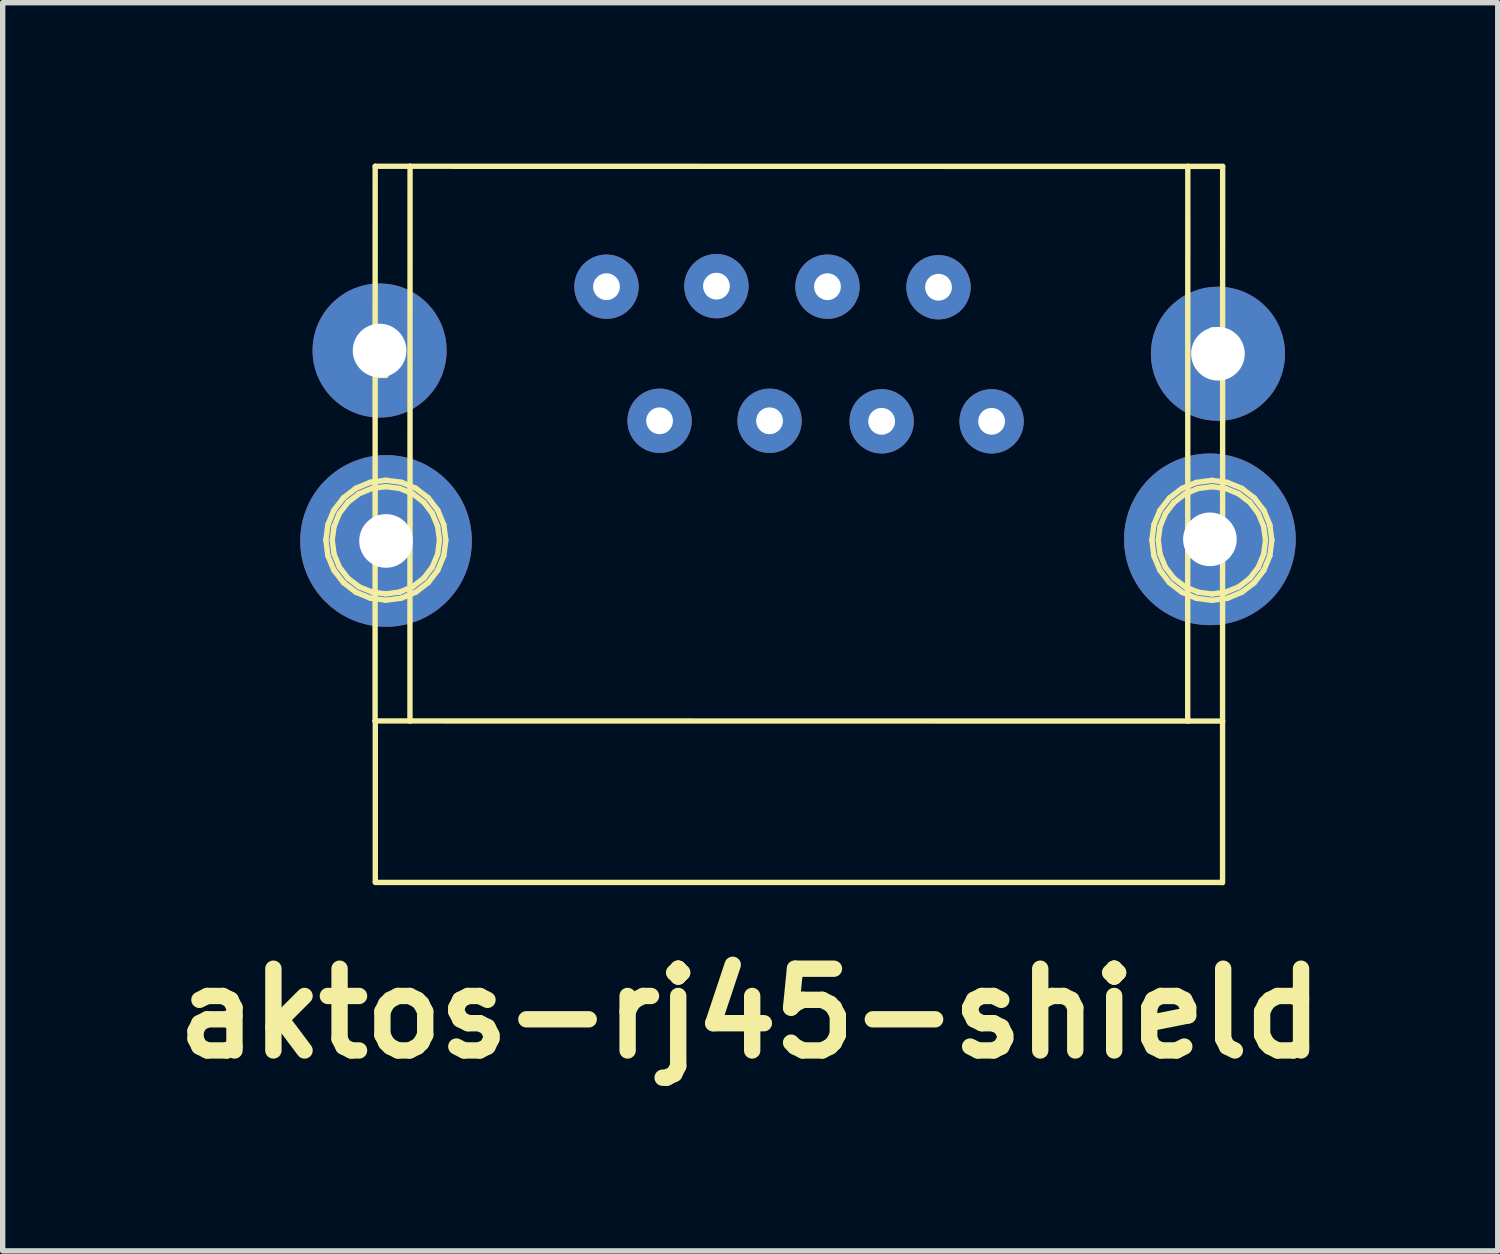
<source format=kicad_pcb>
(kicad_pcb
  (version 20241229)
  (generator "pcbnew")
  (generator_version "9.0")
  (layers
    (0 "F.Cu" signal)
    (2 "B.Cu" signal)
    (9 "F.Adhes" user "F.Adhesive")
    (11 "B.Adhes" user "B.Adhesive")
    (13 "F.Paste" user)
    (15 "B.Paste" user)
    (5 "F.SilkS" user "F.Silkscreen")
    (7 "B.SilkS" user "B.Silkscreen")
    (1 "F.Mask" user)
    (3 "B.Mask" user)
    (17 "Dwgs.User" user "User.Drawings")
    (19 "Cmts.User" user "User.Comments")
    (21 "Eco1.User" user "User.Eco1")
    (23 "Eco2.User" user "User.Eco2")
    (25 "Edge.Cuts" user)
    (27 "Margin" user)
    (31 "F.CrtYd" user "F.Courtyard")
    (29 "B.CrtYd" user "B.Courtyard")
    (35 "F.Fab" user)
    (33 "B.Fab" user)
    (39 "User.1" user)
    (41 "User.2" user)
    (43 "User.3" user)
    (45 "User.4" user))
  (footprint "aktos-rj45-shield"
    (layer "F.Cu")
    (at 10.897 7.195)
    (property "Reference" "aktos-rj45-shield" (at 0.04 8.65 0) (layer "F.SilkS") (effects (font (size 1.524 1.524) (thickness 0.305))))
    (attr through_hole)
    (fp_line (start -7.872 -0.174) (end -7.834 0.116) (stroke (width 0.1) (type solid)) (layer "F.SilkS"))
    (fp_line (start -7.834 0.116) (end -7.722 0.386) (stroke (width 0.1) (type solid)) (layer "F.SilkS"))
    (fp_line (start -7.834 -0.463) (end -7.872 -0.174) (stroke (width 0.1) (type solid)) (layer "F.SilkS"))
    (fp_line (start -7.753 -0.174) (end -7.719 -0.432) (stroke (width 0.1) (type solid)) (layer "F.SilkS"))
    (fp_line (start -7.722 0.386) (end -7.544 0.617) (stroke (width 0.1) (type solid)) (layer "F.SilkS"))
    (fp_line (start -7.722 -0.733) (end -7.834 -0.463) (stroke (width 0.1) (type solid)) (layer "F.SilkS"))
    (fp_line (start -7.719 0.085) (end -7.753 -0.174) (stroke (width 0.1) (type solid)) (layer "F.SilkS"))
    (fp_line (start -7.719 -0.432) (end -7.619 -0.674) (stroke (width 0.1) (type solid)) (layer "F.SilkS"))
    (fp_line (start -7.62 0.326) (end -7.719 0.085) (stroke (width 0.1) (type solid)) (layer "F.SilkS"))
    (fp_line (start -7.619 -0.674) (end -7.46 -0.881) (stroke (width 0.1) (type solid)) (layer "F.SilkS"))
    (fp_line (start -7.544 0.617) (end -7.313 0.795) (stroke (width 0.1) (type solid)) (layer "F.SilkS"))
    (fp_line (start -7.544 -0.964) (end -7.722 -0.733) (stroke (width 0.1) (type solid)) (layer "F.SilkS"))
    (fp_line (start -7.461 0.534) (end -7.62 0.326) (stroke (width 0.1) (type solid)) (layer "F.SilkS"))
    (fp_line (start -7.46 -0.881) (end -7.253 -1.04) (stroke (width 0.1) (type solid)) (layer "F.SilkS"))
    (fp_line (start -7.313 0.795) (end -7.043 0.907) (stroke (width 0.1) (type solid)) (layer "F.SilkS"))
    (fp_line (start -7.312 -1.142) (end -7.544 -0.964) (stroke (width 0.1) (type solid)) (layer "F.SilkS"))
    (fp_line (start -7.254 0.693) (end -7.461 0.534) (stroke (width 0.1) (type solid)) (layer "F.SilkS"))
    (fp_line (start -7.253 -1.04) (end -7.012 -1.139) (stroke (width 0.1) (type solid)) (layer "F.SilkS"))
    (fp_line (start -7.043 0.907) (end -6.954 0.918) (stroke (width 0.1) (type solid)) (layer "F.SilkS"))
    (fp_line (start -7.043 -1.254) (end -7.312 -1.142) (stroke (width 0.1) (type solid)) (layer "F.SilkS"))
    (fp_line (start -7.012 0.792) (end -7.254 0.693) (stroke (width 0.1) (type solid)) (layer "F.SilkS"))
    (fp_line (start -7.012 0.792) (end -6.954 0.801) (stroke (width 0.1) (type solid)) (layer "F.SilkS"))
    (fp_line (start -6.954 0.918) (end -6.954 3.196) (stroke (width 0.1) (type solid)) (layer "F.SilkS"))
    (fp_line (start -6.954 0.918) (end -6.754 0.945) (stroke (width 0.1) (type solid)) (layer "F.SilkS"))
    (fp_line (start -6.954 0.801) (end -6.954 0.918) (stroke (width 0.1) (type solid)) (layer "F.SilkS"))
    (fp_line (start -6.953 -1.147) (end -7.012 -1.139) (stroke (width 0.1) (type solid)) (layer "F.SilkS"))
    (fp_line (start -6.953 -1.147) (end -6.954 0.801) (stroke (width 0.1) (type solid)) (layer "F.SilkS"))
    (fp_line (start -6.953 -1.147) (end -6.753 -1.173) (stroke (width 0.1) (type solid)) (layer "F.SilkS"))
    (fp_line (start -6.953 -1.265) (end -7.043 -1.254) (stroke (width 0.1) (type solid)) (layer "F.SilkS"))
    (fp_line (start -6.953 -1.265) (end -6.953 -1.147) (stroke (width 0.1) (type solid)) (layer "F.SilkS"))
    (fp_line (start -6.953 -3.245) (end -6.953 -1.265) (stroke (width 0.1) (type solid)) (layer "F.SilkS"))
    (fp_line (start -6.953 -4.095) (end -6.953 -3.245) (stroke (width 0.1) (type solid)) (layer "F.SilkS"))
    (fp_line (start -6.953 -4.095) (end -6.753 -4.094) (stroke (width 0.1) (type solid)) (layer "F.SilkS"))
    (fp_line (start -6.952 -7.145) (end -6.953 -4.095) (stroke (width 0.1) (type solid)) (layer "F.SilkS"))
    (fp_line (start -6.95 3.2) (end -6.95 6.2) (stroke (width 0.1) (type solid)) (layer "F.SilkS"))
    (fp_line (start -6.754 0.945) (end -6.464 0.907) (stroke (width 0.1) (type solid)) (layer "F.SilkS"))
    (fp_line (start -6.754 0.827) (end -6.954 0.801) (stroke (width 0.1) (type solid)) (layer "F.SilkS"))
    (fp_line (start -6.753 -1.173) (end -6.495 -1.139) (stroke (width 0.1) (type solid)) (layer "F.SilkS"))
    (fp_line (start -6.753 -1.292) (end -6.953 -1.265) (stroke (width 0.1) (type solid)) (layer "F.SilkS"))
    (fp_line (start -6.753 -3.245) (end -6.953 -3.245) (stroke (width 0.1) (type solid)) (layer "F.SilkS"))
    (fp_line (start -6.753 -4.094) (end -6.753 -3.245) (stroke (width 0.1) (type solid)) (layer "F.SilkS"))
    (fp_line (start -6.495 0.793) (end -6.754 0.827) (stroke (width 0.1) (type solid)) (layer "F.SilkS"))
    (fp_line (start -6.495 0.793) (end -6.304 0.713) (stroke (width 0.1) (type solid)) (layer "F.SilkS"))
    (fp_line (start -6.495 -1.139) (end -6.303 -1.06) (stroke (width 0.1) (type solid)) (layer "F.SilkS"))
    (fp_line (start -6.464 0.907) (end -6.304 0.84) (stroke (width 0.1) (type solid)) (layer "F.SilkS"))
    (fp_line (start -6.464 -1.254) (end -6.753 -1.292) (stroke (width 0.1) (type solid)) (layer "F.SilkS"))
    (fp_line (start -6.304 3.196) (end -6.954 3.196) (stroke (width 0.1) (type solid)) (layer "F.SilkS"))
    (fp_line (start -6.304 3.196) (end -6.304 0.84) (stroke (width 0.1) (type solid)) (layer "F.SilkS"))
    (fp_line (start -6.304 0.84) (end -6.304 0.713) (stroke (width 0.1) (type solid)) (layer "F.SilkS"))
    (fp_line (start -6.304 0.84) (end -6.194 0.795) (stroke (width 0.1) (type solid)) (layer "F.SilkS"))
    (fp_line (start -6.304 0.713) (end -6.303 -1.06) (stroke (width 0.1) (type solid)) (layer "F.SilkS"))
    (fp_line (start -6.303 -1.06) (end -6.303 -1.187) (stroke (width 0.1) (type solid)) (layer "F.SilkS"))
    (fp_line (start -6.303 -1.187) (end -6.464 -1.254) (stroke (width 0.1) (type solid)) (layer "F.SilkS"))
    (fp_line (start -6.302 -7.145) (end -6.952 -7.145) (stroke (width 0.1) (type solid)) (layer "F.SilkS"))
    (fp_line (start -6.302 -7.145) (end -6.303 -1.187) (stroke (width 0.1) (type solid)) (layer "F.SilkS"))
    (fp_line (start -6.254 0.693) (end -6.304 0.713) (stroke (width 0.1) (type solid)) (layer "F.SilkS"))
    (fp_line (start -6.253 -1.039) (end -6.303 -1.06) (stroke (width 0.1) (type solid)) (layer "F.SilkS"))
    (fp_line (start -6.253 -1.039) (end -6.046 -0.88) (stroke (width 0.1) (type solid)) (layer "F.SilkS"))
    (fp_line (start -6.194 0.795) (end -5.963 0.617) (stroke (width 0.1) (type solid)) (layer "F.SilkS"))
    (fp_line (start -6.194 -1.142) (end -6.303 -1.187) (stroke (width 0.1) (type solid)) (layer "F.SilkS"))
    (fp_line (start -6.046 0.534) (end -6.254 0.693) (stroke (width 0.1) (type solid)) (layer "F.SilkS"))
    (fp_line (start -6.046 -0.88) (end -5.887 -0.673) (stroke (width 0.1) (type solid)) (layer "F.SilkS"))
    (fp_line (start -5.963 0.617) (end -5.785 0.386) (stroke (width 0.1) (type solid)) (layer "F.SilkS"))
    (fp_line (start -5.963 -0.964) (end -6.194 -1.142) (stroke (width 0.1) (type solid)) (layer "F.SilkS"))
    (fp_line (start -5.888 0.327) (end -6.046 0.534) (stroke (width 0.1) (type solid)) (layer "F.SilkS"))
    (fp_line (start -5.887 -0.673) (end -5.788 -0.432) (stroke (width 0.1) (type solid)) (layer "F.SilkS"))
    (fp_line (start -5.788 0.086) (end -5.888 0.327) (stroke (width 0.1) (type solid)) (layer "F.SilkS"))
    (fp_line (start -5.788 -0.432) (end -5.753 -0.173) (stroke (width 0.1) (type solid)) (layer "F.SilkS"))
    (fp_line (start -5.785 0.386) (end -5.673 0.116) (stroke (width 0.1) (type solid)) (layer "F.SilkS"))
    (fp_line (start -5.785 -0.732) (end -5.963 -0.964) (stroke (width 0.1) (type solid)) (layer "F.SilkS"))
    (fp_line (start -5.753 -0.173) (end -5.788 0.086) (stroke (width 0.1) (type solid)) (layer "F.SilkS"))
    (fp_line (start -5.673 0.116) (end -5.635 -0.173) (stroke (width 0.1) (type solid)) (layer "F.SilkS"))
    (fp_line (start -5.673 -0.463) (end -5.785 -0.732) (stroke (width 0.1) (type solid)) (layer "F.SilkS"))
    (fp_line (start -5.635 -0.173) (end -5.673 -0.463) (stroke (width 0.1) (type solid)) (layer "F.SilkS"))
    (fp_line (start 7.528 -0.171) (end 7.566 0.118) (stroke (width 0.1) (type solid)) (layer "F.SilkS"))
    (fp_line (start 7.566 0.118) (end 7.678 0.388) (stroke (width 0.1) (type solid)) (layer "F.SilkS"))
    (fp_line (start 7.566 -0.461) (end 7.528 -0.171) (stroke (width 0.1) (type solid)) (layer "F.SilkS"))
    (fp_line (start 7.647 -0.171) (end 7.681 -0.43) (stroke (width 0.1) (type solid)) (layer "F.SilkS"))
    (fp_line (start 7.678 0.388) (end 7.856 0.619) (stroke (width 0.1) (type solid)) (layer "F.SilkS"))
    (fp_line (start 7.678 -0.731) (end 7.566 -0.461) (stroke (width 0.1) (type solid)) (layer "F.SilkS"))
    (fp_line (start 7.681 0.088) (end 7.647 -0.171) (stroke (width 0.1) (type solid)) (layer "F.SilkS"))
    (fp_line (start 7.681 -0.43) (end 7.781 -0.671) (stroke (width 0.1) (type solid)) (layer "F.SilkS"))
    (fp_line (start 7.78 0.329) (end 7.681 0.088) (stroke (width 0.1) (type solid)) (layer "F.SilkS"))
    (fp_line (start 7.781 -0.671) (end 7.94 -0.878) (stroke (width 0.1) (type solid)) (layer "F.SilkS"))
    (fp_line (start 7.856 0.619) (end 8.087 0.797) (stroke (width 0.1) (type solid)) (layer "F.SilkS"))
    (fp_line (start 7.856 -0.962) (end 7.678 -0.731) (stroke (width 0.1) (type solid)) (layer "F.SilkS"))
    (fp_line (start 7.939 0.536) (end 7.78 0.329) (stroke (width 0.1) (type solid)) (layer "F.SilkS"))
    (fp_line (start 7.94 -0.878) (end 8.147 -1.037) (stroke (width 0.1) (type solid)) (layer "F.SilkS"))
    (fp_line (start 8.087 0.797) (end 8.196 0.842) (stroke (width 0.1) (type solid)) (layer "F.SilkS"))
    (fp_line (start 8.088 -1.14) (end 7.856 -0.962) (stroke (width 0.1) (type solid)) (layer "F.SilkS"))
    (fp_line (start 8.146 0.695) (end 7.939 0.536) (stroke (width 0.1) (type solid)) (layer "F.SilkS"))
    (fp_line (start 8.146 0.695) (end 8.196 0.715) (stroke (width 0.1) (type solid)) (layer "F.SilkS"))
    (fp_line (start 8.147 -1.037) (end 8.197 -1.058) (stroke (width 0.1) (type solid)) (layer "F.SilkS"))
    (fp_line (start 8.196 3.198) (end -6.304 3.196) (stroke (width 0.1) (type solid)) (layer "F.SilkS"))
    (fp_line (start 8.196 0.842) (end 8.196 3.198) (stroke (width 0.1) (type solid)) (layer "F.SilkS"))
    (fp_line (start 8.196 0.842) (end 8.357 0.909) (stroke (width 0.1) (type solid)) (layer "F.SilkS"))
    (fp_line (start 8.196 0.715) (end 8.196 0.842) (stroke (width 0.1) (type solid)) (layer "F.SilkS"))
    (fp_line (start 8.196 0.715) (end 8.388 0.795) (stroke (width 0.1) (type solid)) (layer "F.SilkS"))
    (fp_line (start 8.197 -1.058) (end 8.196 0.715) (stroke (width 0.1) (type solid)) (layer "F.SilkS"))
    (fp_line (start 8.197 -1.185) (end 8.088 -1.14) (stroke (width 0.1) (type solid)) (layer "F.SilkS"))
    (fp_line (start 8.197 -1.185) (end 8.197 -1.058) (stroke (width 0.1) (type solid)) (layer "F.SilkS"))
    (fp_line (start 8.197 -1.185) (end 8.198 -7.143) (stroke (width 0.1) (type solid)) (layer "F.SilkS"))
    (fp_line (start 8.198 -7.143) (end -6.302 -7.145) (stroke (width 0.1) (type solid)) (layer "F.SilkS"))
    (fp_line (start 8.357 0.909) (end 8.646 0.947) (stroke (width 0.1) (type solid)) (layer "F.SilkS"))
    (fp_line (start 8.357 -1.251) (end 8.197 -1.185) (stroke (width 0.1) (type solid)) (layer "F.SilkS"))
    (fp_line (start 8.388 -1.137) (end 8.197 -1.058) (stroke (width 0.1) (type solid)) (layer "F.SilkS"))
    (fp_line (start 8.388 -1.137) (end 8.647 -1.171) (stroke (width 0.1) (type solid)) (layer "F.SilkS"))
    (fp_line (start 8.646 0.947) (end 8.846 0.921) (stroke (width 0.1) (type solid)) (layer "F.SilkS"))
    (fp_line (start 8.646 0.829) (end 8.388 0.795) (stroke (width 0.1) (type solid)) (layer "F.SilkS"))
    (fp_line (start 8.646 0.829) (end 8.846 0.802) (stroke (width 0.1) (type solid)) (layer "F.SilkS"))
    (fp_line (start 8.647 -1.171) (end 8.847 -1.145) (stroke (width 0.1) (type solid)) (layer "F.SilkS"))
    (fp_line (start 8.647 -1.29) (end 8.357 -1.251) (stroke (width 0.1) (type solid)) (layer "F.SilkS"))
    (fp_line (start 8.647 -3.243) (end 8.647 -4.092) (stroke (width 0.1) (type solid)) (layer "F.SilkS"))
    (fp_line (start 8.647 -4.092) (end 8.847 -4.092) (stroke (width 0.1) (type solid)) (layer "F.SilkS"))
    (fp_line (start 8.84 6.207) (end -6.95 6.207) (stroke (width 0.1) (type solid)) (layer "F.SilkS"))
    (fp_line (start 8.846 3.198) (end 8.196 3.198) (stroke (width 0.1) (type solid)) (layer "F.SilkS"))
    (fp_line (start 8.846 3.198) (end 8.846 6.21) (stroke (width 0.1) (type solid)) (layer "F.SilkS"))
    (fp_line (start 8.846 3.198) (end 8.846 0.921) (stroke (width 0.1) (type solid)) (layer "F.SilkS"))
    (fp_line (start 8.846 0.921) (end 8.846 0.802) (stroke (width 0.1) (type solid)) (layer "F.SilkS"))
    (fp_line (start 8.846 0.921) (end 8.936 0.909) (stroke (width 0.1) (type solid)) (layer "F.SilkS"))
    (fp_line (start 8.846 0.802) (end 8.847 -1.145) (stroke (width 0.1) (type solid)) (layer "F.SilkS"))
    (fp_line (start 8.846 0.802) (end 8.905 0.795) (stroke (width 0.1) (type solid)) (layer "F.SilkS"))
    (fp_line (start 8.847 -1.145) (end 8.847 -1.263) (stroke (width 0.1) (type solid)) (layer "F.SilkS"))
    (fp_line (start 8.847 -1.263) (end 8.647 -1.29) (stroke (width 0.1) (type solid)) (layer "F.SilkS"))
    (fp_line (start 8.847 -1.263) (end 8.847 -3.243) (stroke (width 0.1) (type solid)) (layer "F.SilkS"))
    (fp_line (start 8.847 -3.243) (end 8.647 -3.243) (stroke (width 0.1) (type solid)) (layer "F.SilkS"))
    (fp_line (start 8.847 -4.092) (end 8.847 -3.243) (stroke (width 0.1) (type solid)) (layer "F.SilkS"))
    (fp_line (start 8.847 -4.092) (end 8.848 -7.143) (stroke (width 0.1) (type solid)) (layer "F.SilkS"))
    (fp_line (start 8.848 -7.143) (end 8.198 -7.143) (stroke (width 0.1) (type solid)) (layer "F.SilkS"))
    (fp_line (start 8.905 -1.137) (end 8.847 -1.145) (stroke (width 0.1) (type solid)) (layer "F.SilkS"))
    (fp_line (start 8.905 -1.137) (end 9.147 -1.037) (stroke (width 0.1) (type solid)) (layer "F.SilkS"))
    (fp_line (start 8.936 0.909) (end 9.206 0.797) (stroke (width 0.1) (type solid)) (layer "F.SilkS"))
    (fp_line (start 8.936 -1.251) (end 8.847 -1.263) (stroke (width 0.1) (type solid)) (layer "F.SilkS"))
    (fp_line (start 9.146 0.696) (end 8.905 0.795) (stroke (width 0.1) (type solid)) (layer "F.SilkS"))
    (fp_line (start 9.147 -1.037) (end 9.354 -0.878) (stroke (width 0.1) (type solid)) (layer "F.SilkS"))
    (fp_line (start 9.206 0.797) (end 9.437 0.62) (stroke (width 0.1) (type solid)) (layer "F.SilkS"))
    (fp_line (start 9.206 -1.14) (end 8.936 -1.251) (stroke (width 0.1) (type solid)) (layer "F.SilkS"))
    (fp_line (start 9.354 0.537) (end 9.146 0.696) (stroke (width 0.1) (type solid)) (layer "F.SilkS"))
    (fp_line (start 9.354 -0.878) (end 9.513 -0.671) (stroke (width 0.1) (type solid)) (layer "F.SilkS"))
    (fp_line (start 9.437 0.62) (end 9.615 0.388) (stroke (width 0.1) (type solid)) (layer "F.SilkS"))
    (fp_line (start 9.437 -0.962) (end 9.206 -1.14) (stroke (width 0.1) (type solid)) (layer "F.SilkS"))
    (fp_line (start 9.512 0.33) (end 9.354 0.537) (stroke (width 0.1) (type solid)) (layer "F.SilkS"))
    (fp_line (start 9.513 -0.671) (end 9.612 -0.43) (stroke (width 0.1) (type solid)) (layer "F.SilkS"))
    (fp_line (start 9.612 0.088) (end 9.512 0.33) (stroke (width 0.1) (type solid)) (layer "F.SilkS"))
    (fp_line (start 9.612 -0.43) (end 9.647 -0.17) (stroke (width 0.1) (type solid)) (layer "F.SilkS"))
    (fp_line (start 9.615 0.388) (end 9.727 0.118) (stroke (width 0.1) (type solid)) (layer "F.SilkS"))
    (fp_line (start 9.615 -0.73) (end 9.437 -0.962) (stroke (width 0.1) (type solid)) (layer "F.SilkS"))
    (fp_line (start 9.647 -0.17) (end 9.612 0.088) (stroke (width 0.1) (type solid)) (layer "F.SilkS"))
    (fp_line (start 9.727 0.118) (end 9.765 -0.171) (stroke (width 0.1) (type solid)) (layer "F.SilkS"))
    (fp_line (start 9.727 -0.461) (end 9.615 -0.73) (stroke (width 0.1) (type solid)) (layer "F.SilkS"))
    (fp_line (start 9.765 -0.171) (end 9.727 -0.461) (stroke (width 0.1) (type solid)) (layer "F.SilkS"))
    (pad "" thru_hole circle (at -6.87 -3.71) (size 2.499 2.499) (drill 1) (layers "*.Cu" "*.Mask"))
    (pad "" thru_hole circle (at 8.76 -3.65) (size 2.499 2.499) (drill 1) (layers "*.Cu" "*.Mask"))
    (pad "1" thru_hole circle (at 4.54 -2.39) (size 1.199 1.199) (drill 0.5) (layers "*.Cu" "*.Mask"))
    (pad "2" thru_hole circle (at 3.55 -4.89) (size 1.199 1.199) (drill 0.5) (layers "*.Cu" "*.Mask"))
    (pad "3" thru_hole circle (at 2.49 -2.39) (size 1.199 1.199) (drill 0.5) (layers "*.Cu" "*.Mask"))
    (pad "4" thru_hole circle (at 1.48 -4.9) (size 1.199 1.199) (drill 0.5) (layers "*.Cu" "*.Mask"))
    (pad "5" thru_hole circle (at 0.4 -2.4) (size 1.199 1.199) (drill 0.5) (layers "*.Cu" "*.Mask"))
    (pad "6" thru_hole circle (at -0.59 -4.91) (size 1.199 1.199) (drill 0.5) (layers "*.Cu" "*.Mask"))
    (pad "7" thru_hole circle (at -1.65 -2.4) (size 1.199 1.199) (drill 0.5) (layers "*.Cu" "*.Mask"))
    (pad "8" thru_hole circle (at -2.64 -4.9) (size 1.199 1.199) (drill 0.5) (layers "*.Cu" "*.Mask"))
    (pad "9" thru_hole circle (at -6.75 -0.16) (size 3.2 3.2) (drill 1) (layers "*.Cu" "*.Mask"))
    (pad "9" thru_hole circle (at 8.61 -0.19) (size 3.2 3.2) (drill 1) (layers "*.Cu" "*.Mask")))
  (gr_rect
    (start -3 -3)
    (end 24.873 20.271)
    (stroke (width 0.1) (type default))
    (fill no)
    (layer "Edge.Cuts")))
</source>
